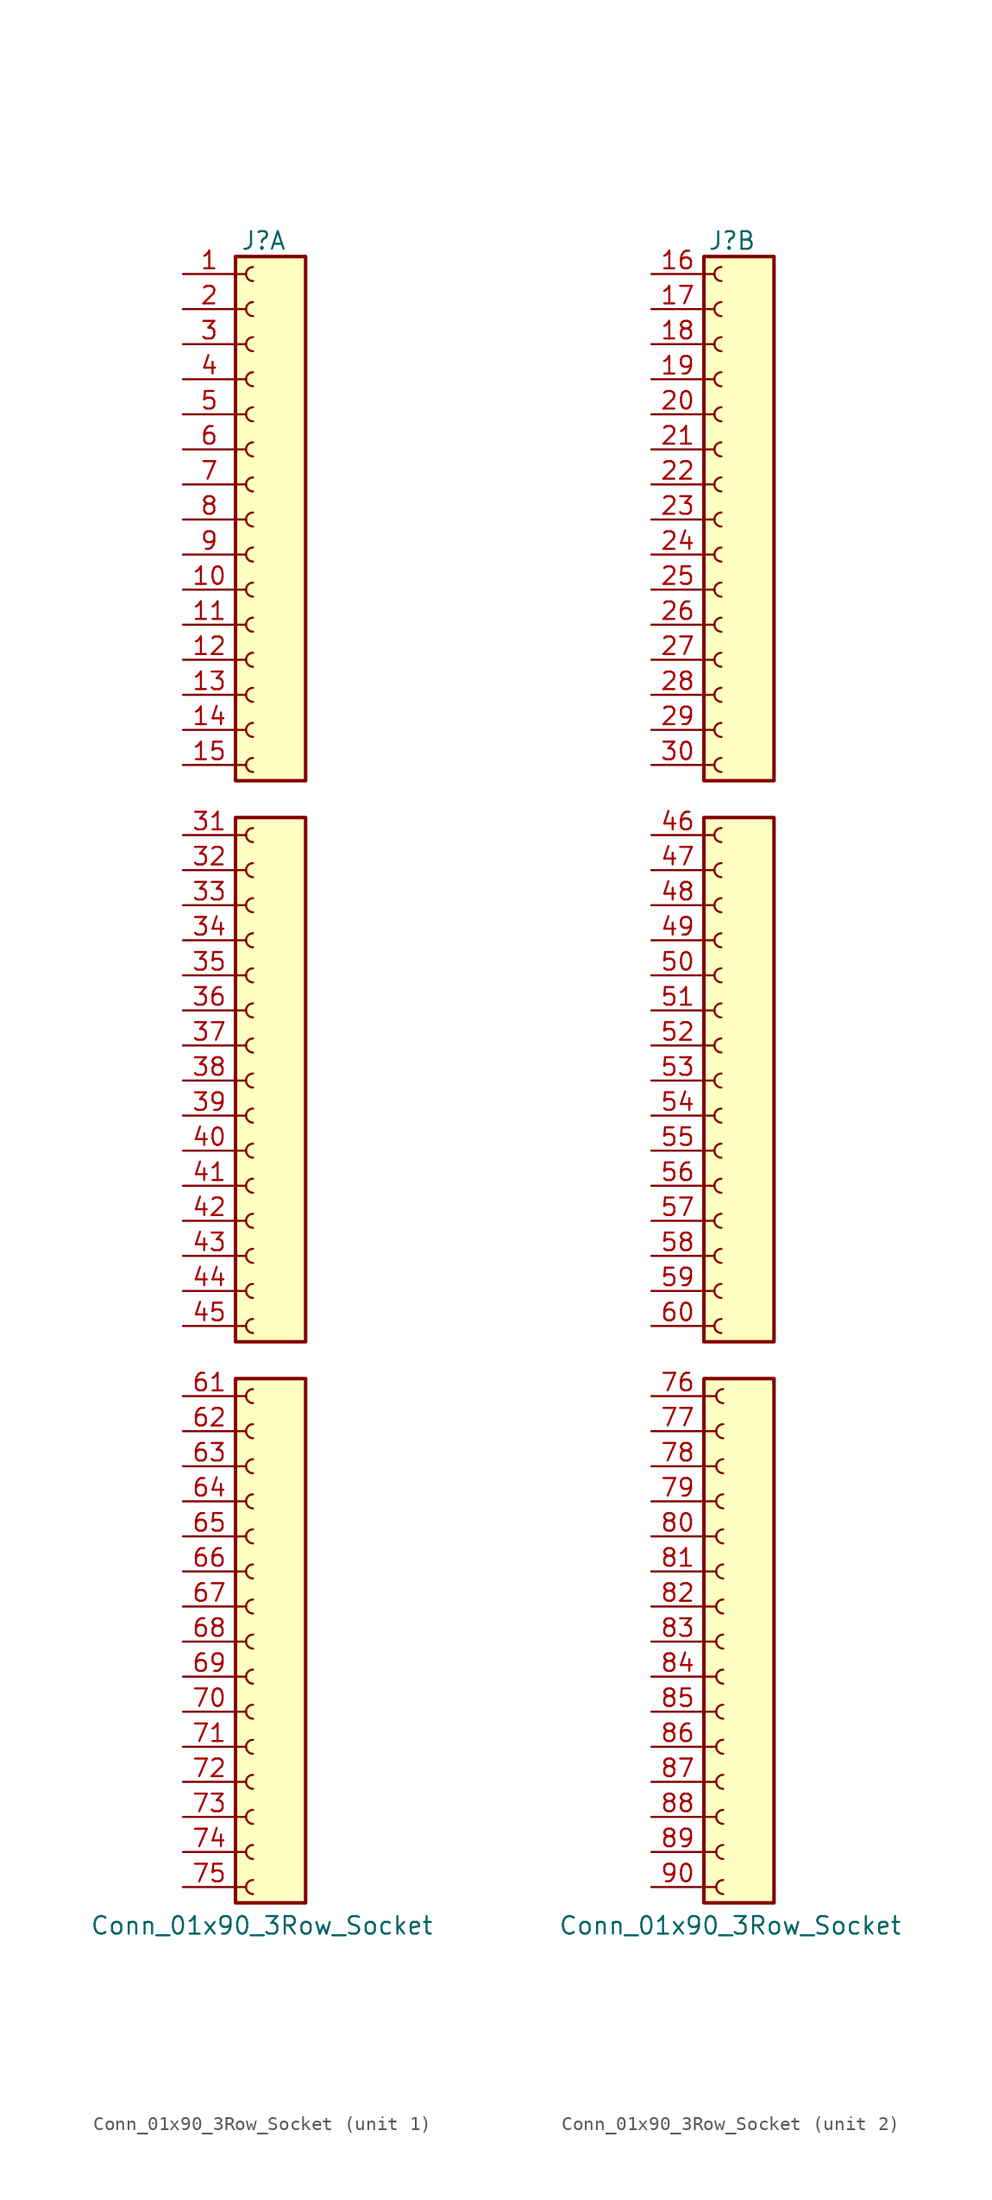
<source format=kicad_sym>
(kicad_symbol_lib
  (version 20241209)
  (generator "kicad_symbol_editor")
  (generator_version "9.0")
  (symbol "Conn_01x90_3Row_Socket"
    (pin_names
      (offset 1.016)
      (hide yes))
    (property "Reference" "J"
      (at 1.524 60.833 0)
      (effects (font (size 1.27 1.27))))
    (property "Value" "Conn_01x90_3Row_Socket"
      (at 1.397 -61.214 0)
      (effects (font (size 1.27 1.27))))
    (symbol "Conn_01x90_3Row_Socket_1_1"
      (rectangle (start -0.508 59.69) (end 4.572 21.717) (stroke (width 0.254) (type default)) (fill (type background)))
      (polyline (pts (xy -0.508 58.42) (xy 0.254 58.42)) (stroke (width 0.152) (type default)) (fill (type none)))
      (polyline (pts (xy -0.508 55.88) (xy 0.254 55.88)) (stroke (width 0.152) (type default)) (fill (type none)))
      (polyline (pts (xy -0.508 53.34) (xy 0.254 53.34)) (stroke (width 0.152) (type default)) (fill (type none)))
      (polyline (pts (xy -0.508 50.8) (xy 0.254 50.8)) (stroke (width 0.152) (type default)) (fill (type none)))
      (polyline (pts (xy -0.508 48.26) (xy 0.254 48.26)) (stroke (width 0.152) (type default)) (fill (type none)))
      (polyline (pts (xy -0.508 45.72) (xy 0.254 45.72)) (stroke (width 0.152) (type default)) (fill (type none)))
      (polyline (pts (xy -0.508 43.18) (xy 0.254 43.18)) (stroke (width 0.152) (type default)) (fill (type none)))
      (polyline (pts (xy -0.508 40.64) (xy 0.254 40.64)) (stroke (width 0.152) (type default)) (fill (type none)))
      (polyline (pts (xy -0.508 38.1) (xy 0.254 38.1)) (stroke (width 0.152) (type default)) (fill (type none)))
      (polyline (pts (xy -0.508 35.56) (xy 0.254 35.56)) (stroke (width 0.152) (type default)) (fill (type none)))
      (polyline (pts (xy -0.508 33.02) (xy 0.254 33.02)) (stroke (width 0.152) (type default)) (fill (type none)))
      (polyline (pts (xy -0.508 30.48) (xy 0.254 30.48)) (stroke (width 0.152) (type default)) (fill (type none)))
      (polyline (pts (xy -0.508 27.94) (xy 0.254 27.94)) (stroke (width 0.152) (type default)) (fill (type none)))
      (polyline (pts (xy -0.508 25.4) (xy 0.254 25.4)) (stroke (width 0.152) (type default)) (fill (type none)))
      (polyline (pts (xy -0.508 22.86) (xy 0.254 22.86)) (stroke (width 0.152) (type default)) (fill (type none)))
      (rectangle (start -0.508 19.05) (end 4.572 -18.923) (stroke (width 0.254) (type default)) (fill (type background)))
      (polyline (pts (xy -0.508 17.78) (xy 0.254 17.78)) (stroke (width 0.152) (type default)) (fill (type none)))
      (polyline (pts (xy -0.508 15.24) (xy 0.254 15.24)) (stroke (width 0.152) (type default)) (fill (type none)))
      (polyline (pts (xy -0.508 12.7) (xy 0.254 12.7)) (stroke (width 0.152) (type default)) (fill (type none)))
      (polyline (pts (xy -0.508 10.16) (xy 0.254 10.16)) (stroke (width 0.152) (type default)) (fill (type none)))
      (polyline (pts (xy -0.508 7.62) (xy 0.254 7.62)) (stroke (width 0.152) (type default)) (fill (type none)))
      (polyline (pts (xy -0.508 5.08) (xy 0.254 5.08)) (stroke (width 0.152) (type default)) (fill (type none)))
      (polyline (pts (xy -0.508 2.54) (xy 0.254 2.54)) (stroke (width 0.152) (type default)) (fill (type none)))
      (polyline (pts (xy -0.508 0) (xy 0.254 0)) (stroke (width 0.152) (type default)) (fill (type none)))
      (polyline (pts (xy -0.508 -2.54) (xy 0.254 -2.54)) (stroke (width 0.152) (type default)) (fill (type none)))
      (polyline (pts (xy -0.508 -5.08) (xy 0.254 -5.08)) (stroke (width 0.152) (type default)) (fill (type none)))
      (polyline (pts (xy -0.508 -7.62) (xy 0.254 -7.62)) (stroke (width 0.152) (type default)) (fill (type none)))
      (polyline (pts (xy -0.508 -10.16) (xy 0.254 -10.16)) (stroke (width 0.152) (type default)) (fill (type none)))
      (polyline (pts (xy -0.508 -12.7) (xy 0.254 -12.7)) (stroke (width 0.152) (type default)) (fill (type none)))
      (polyline (pts (xy -0.508 -15.24) (xy 0.254 -15.24)) (stroke (width 0.152) (type default)) (fill (type none)))
      (polyline (pts (xy -0.508 -17.78) (xy 0.254 -17.78)) (stroke (width 0.152) (type default)) (fill (type none)))
      (rectangle (start -0.508 -21.59) (end 4.572 -59.563) (stroke (width 0.254) (type default)) (fill (type background)))
      (polyline (pts (xy -0.508 -22.86) (xy 0.254 -22.86)) (stroke (width 0.152) (type default)) (fill (type none)))
      (polyline (pts (xy -0.508 -25.4) (xy 0.254 -25.4)) (stroke (width 0.152) (type default)) (fill (type none)))
      (polyline (pts (xy -0.508 -27.94) (xy 0.254 -27.94)) (stroke (width 0.152) (type default)) (fill (type none)))
      (polyline (pts (xy -0.508 -30.48) (xy 0.254 -30.48)) (stroke (width 0.152) (type default)) (fill (type none)))
      (polyline (pts (xy -0.508 -33.02) (xy 0.254 -33.02)) (stroke (width 0.152) (type default)) (fill (type none)))
      (polyline (pts (xy -0.508 -35.56) (xy 0.254 -35.56)) (stroke (width 0.152) (type default)) (fill (type none)))
      (polyline (pts (xy -0.508 -38.1) (xy 0.254 -38.1)) (stroke (width 0.152) (type default)) (fill (type none)))
      (polyline (pts (xy -0.508 -40.64) (xy 0.254 -40.64)) (stroke (width 0.152) (type default)) (fill (type none)))
      (polyline (pts (xy -0.508 -43.18) (xy 0.254 -43.18)) (stroke (width 0.152) (type default)) (fill (type none)))
      (polyline (pts (xy -0.508 -45.72) (xy 0.254 -45.72)) (stroke (width 0.152) (type default)) (fill (type none)))
      (polyline (pts (xy -0.508 -48.26) (xy 0.254 -48.26)) (stroke (width 0.152) (type default)) (fill (type none)))
      (polyline (pts (xy -0.508 -50.8) (xy 0.254 -50.8)) (stroke (width 0.152) (type default)) (fill (type none)))
      (polyline (pts (xy -0.508 -53.34) (xy 0.254 -53.34)) (stroke (width 0.152) (type default)) (fill (type none)))
      (polyline (pts (xy -0.508 -55.88) (xy 0.254 -55.88)) (stroke (width 0.152) (type default)) (fill (type none)))
      (polyline (pts (xy -0.508 -58.42) (xy 0.254 -58.42)) (stroke (width 0.152) (type default)) (fill (type none)))
      (arc (start 0.762 57.912) (mid 0.2562 58.42) (end 0.762 58.928) (stroke (width 0.1524) (type default)) (fill (type none)))
      (arc (start 0.762 55.372) (mid 0.2562 55.88) (end 0.762 56.388) (stroke (width 0.1524) (type default)) (fill (type none)))
      (arc (start 0.762 52.832) (mid 0.2562 53.34) (end 0.762 53.848) (stroke (width 0.1524) (type default)) (fill (type none)))
      (arc (start 0.762 50.292) (mid 0.2562 50.8) (end 0.762 51.308) (stroke (width 0.1524) (type default)) (fill (type none)))
      (arc (start 0.762 47.752) (mid 0.2562 48.26) (end 0.762 48.768) (stroke (width 0.1524) (type default)) (fill (type none)))
      (arc (start 0.762 45.212) (mid 0.2562 45.72) (end 0.762 46.228) (stroke (width 0.1524) (type default)) (fill (type none)))
      (arc (start 0.762 42.672) (mid 0.2562 43.18) (end 0.762 43.688) (stroke (width 0.1524) (type default)) (fill (type none)))
      (arc (start 0.762 40.132) (mid 0.2562 40.64) (end 0.762 41.148) (stroke (width 0.1524) (type default)) (fill (type none)))
      (arc (start 0.762 37.592) (mid 0.2562 38.1) (end 0.762 38.608) (stroke (width 0.1524) (type default)) (fill (type none)))
      (arc (start 0.762 35.052) (mid 0.2562 35.56) (end 0.762 36.068) (stroke (width 0.1524) (type default)) (fill (type none)))
      (arc (start 0.762 32.512) (mid 0.2562 33.02) (end 0.762 33.528) (stroke (width 0.1524) (type default)) (fill (type none)))
      (arc (start 0.762 29.972) (mid 0.2562 30.48) (end 0.762 30.988) (stroke (width 0.1524) (type default)) (fill (type none)))
      (arc (start 0.762 27.432) (mid 0.2562 27.94) (end 0.762 28.448) (stroke (width 0.1524) (type default)) (fill (type none)))
      (arc (start 0.762 24.892) (mid 0.2562 25.4) (end 0.762 25.908) (stroke (width 0.1524) (type default)) (fill (type none)))
      (arc (start 0.762 22.352) (mid 0.2562 22.86) (end 0.762 23.368) (stroke (width 0.1524) (type default)) (fill (type none)))
      (arc (start 0.762 17.272) (mid 0.2562 17.78) (end 0.762 18.288) (stroke (width 0.1524) (type default)) (fill (type none)))
      (arc (start 0.762 14.732) (mid 0.2562 15.24) (end 0.762 15.748) (stroke (width 0.1524) (type default)) (fill (type none)))
      (arc (start 0.762 12.192) (mid 0.2562 12.7) (end 0.762 13.208) (stroke (width 0.1524) (type default)) (fill (type none)))
      (arc (start 0.762 9.652) (mid 0.2562 10.16) (end 0.762 10.668) (stroke (width 0.1524) (type default)) (fill (type none)))
      (arc (start 0.762 7.112) (mid 0.2562 7.62) (end 0.762 8.128) (stroke (width 0.1524) (type default)) (fill (type none)))
      (arc (start 0.762 4.572) (mid 0.2562 5.08) (end 0.762 5.588) (stroke (width 0.1524) (type default)) (fill (type none)))
      (arc (start 0.762 2.032) (mid 0.2562 2.54) (end 0.762 3.048) (stroke (width 0.1524) (type default)) (fill (type none)))
      (arc (start 0.762 -0.508) (mid 0.2562 0) (end 0.762 0.508) (stroke (width 0.1524) (type default)) (fill (type none)))
      (arc (start 0.762 -3.048) (mid 0.2562 -2.54) (end 0.762 -2.032) (stroke (width 0.1524) (type default)) (fill (type none)))
      (arc (start 0.762 -5.588) (mid 0.2562 -5.08) (end 0.762 -4.572) (stroke (width 0.1524) (type default)) (fill (type none)))
      (arc (start 0.762 -8.128) (mid 0.2562 -7.62) (end 0.762 -7.112) (stroke (width 0.1524) (type default)) (fill (type none)))
      (arc (start 0.762 -10.668) (mid 0.2562 -10.16) (end 0.762 -9.652) (stroke (width 0.1524) (type default)) (fill (type none)))
      (arc (start 0.762 -13.208) (mid 0.2562 -12.7) (end 0.762 -12.192) (stroke (width 0.1524) (type default)) (fill (type none)))
      (arc (start 0.762 -15.748) (mid 0.2562 -15.24) (end 0.762 -14.732) (stroke (width 0.1524) (type default)) (fill (type none)))
      (arc (start 0.762 -18.288) (mid 0.2562 -17.78) (end 0.762 -17.272) (stroke (width 0.1524) (type default)) (fill (type none)))
      (arc (start 0.762 -23.368) (mid 0.2562 -22.86) (end 0.762 -22.352) (stroke (width 0.1524) (type default)) (fill (type none)))
      (arc (start 0.762 -25.908) (mid 0.2562 -25.4) (end 0.762 -24.892) (stroke (width 0.1524) (type default)) (fill (type none)))
      (arc (start 0.762 -28.448) (mid 0.2562 -27.94) (end 0.762 -27.432) (stroke (width 0.1524) (type default)) (fill (type none)))
      (arc (start 0.762 -30.988) (mid 0.2562 -30.48) (end 0.762 -29.972) (stroke (width 0.1524) (type default)) (fill (type none)))
      (arc (start 0.762 -33.528) (mid 0.2562 -33.02) (end 0.762 -32.512) (stroke (width 0.1524) (type default)) (fill (type none)))
      (arc (start 0.762 -36.068) (mid 0.2562 -35.56) (end 0.762 -35.052) (stroke (width 0.1524) (type default)) (fill (type none)))
      (arc (start 0.762 -38.608) (mid 0.2562 -38.1) (end 0.762 -37.592) (stroke (width 0.1524) (type default)) (fill (type none)))
      (arc (start 0.762 -41.148) (mid 0.2562 -40.64) (end 0.762 -40.132) (stroke (width 0.1524) (type default)) (fill (type none)))
      (arc (start 0.762 -43.688) (mid 0.2562 -43.18) (end 0.762 -42.672) (stroke (width 0.1524) (type default)) (fill (type none)))
      (arc (start 0.762 -46.228) (mid 0.2562 -45.72) (end 0.762 -45.212) (stroke (width 0.1524) (type default)) (fill (type none)))
      (arc (start 0.762 -48.768) (mid 0.2562 -48.26) (end 0.762 -47.752) (stroke (width 0.1524) (type default)) (fill (type none)))
      (arc (start 0.762 -51.308) (mid 0.2562 -50.8) (end 0.762 -50.292) (stroke (width 0.1524) (type default)) (fill (type none)))
      (arc (start 0.762 -53.848) (mid 0.2562 -53.34) (end 0.762 -52.832) (stroke (width 0.1524) (type default)) (fill (type none)))
      (arc (start 0.762 -56.388) (mid 0.2562 -55.88) (end 0.762 -55.372) (stroke (width 0.1524) (type default)) (fill (type none)))
      (arc (start 0.762 -58.928) (mid 0.2562 -58.42) (end 0.762 -57.912) (stroke (width 0.1524) (type default)) (fill (type none)))
      (pin passive line (at -4.318 58.42 0) (length 3.81) (name "A1" (effects (font (size 1.27 1.27)))) (number "1" (effects (font (size 1.27 1.27)))))
      (pin passive line (at -4.318 55.88 0) (length 3.81) (name "A2" (effects (font (size 1.27 1.27)))) (number "2" (effects (font (size 1.27 1.27)))))
      (pin passive line (at -4.318 53.34 0) (length 3.81) (name "A3" (effects (font (size 1.27 1.27)))) (number "3" (effects (font (size 1.27 1.27)))))
      (pin passive line (at -4.318 50.8 0) (length 3.81) (name "A4" (effects (font (size 1.27 1.27)))) (number "4" (effects (font (size 1.27 1.27)))))
      (pin passive line (at -4.318 48.26 0) (length 3.81) (name "A5" (effects (font (size 1.27 1.27)))) (number "5" (effects (font (size 1.27 1.27)))))
      (pin passive line (at -4.318 45.72 0) (length 3.81) (name "A6" (effects (font (size 1.27 1.27)))) (number "6" (effects (font (size 1.27 1.27)))))
      (pin passive line (at -4.318 43.18 0) (length 3.81) (name "A7" (effects (font (size 1.27 1.27)))) (number "7" (effects (font (size 1.27 1.27)))))
      (pin passive line (at -4.318 40.64 0) (length 3.81) (name "A8" (effects (font (size 1.27 1.27)))) (number "8" (effects (font (size 1.27 1.27)))))
      (pin passive line (at -4.318 38.1 0) (length 3.81) (name "A9" (effects (font (size 1.27 1.27)))) (number "9" (effects (font (size 1.27 1.27)))))
      (pin passive line (at -4.318 35.56 0) (length 3.81) (name "A10" (effects (font (size 1.27 1.27)))) (number "10" (effects (font (size 1.27 1.27)))))
      (pin passive line (at -4.318 33.02 0) (length 3.81) (name "A11" (effects (font (size 1.27 1.27)))) (number "11" (effects (font (size 1.27 1.27)))))
      (pin passive line (at -4.318 30.48 0) (length 3.81) (name "A12" (effects (font (size 1.27 1.27)))) (number "12" (effects (font (size 1.27 1.27)))))
      (pin passive line (at -4.318 27.94 0) (length 3.81) (name "A13" (effects (font (size 1.27 1.27)))) (number "13" (effects (font (size 1.27 1.27)))))
      (pin passive line (at -4.318 25.4 0) (length 3.81) (name "A14" (effects (font (size 1.27 1.27)))) (number "14" (effects (font (size 1.27 1.27)))))
      (pin passive line (at -4.318 22.86 0) (length 3.81) (name "A15" (effects (font (size 1.27 1.27)))) (number "15" (effects (font (size 1.27 1.27)))))
      (pin passive line (at -4.318 17.78 0) (length 3.81) (name "A31" (effects (font (size 1.27 1.27)))) (number "31" (effects (font (size 1.27 1.27)))))
      (pin passive line (at -4.318 15.24 0) (length 3.81) (name "A32" (effects (font (size 1.27 1.27)))) (number "32" (effects (font (size 1.27 1.27)))))
      (pin passive line (at -4.318 12.7 0) (length 3.81) (name "A33" (effects (font (size 1.27 1.27)))) (number "33" (effects (font (size 1.27 1.27)))))
      (pin passive line (at -4.318 10.16 0) (length 3.81) (name "A34" (effects (font (size 1.27 1.27)))) (number "34" (effects (font (size 1.27 1.27)))))
      (pin passive line (at -4.318 7.62 0) (length 3.81) (name "A35" (effects (font (size 1.27 1.27)))) (number "35" (effects (font (size 1.27 1.27)))))
      (pin passive line (at -4.318 5.08 0) (length 3.81) (name "A36" (effects (font (size 1.27 1.27)))) (number "36" (effects (font (size 1.27 1.27)))))
      (pin passive line (at -4.318 2.54 0) (length 3.81) (name "A37" (effects (font (size 1.27 1.27)))) (number "37" (effects (font (size 1.27 1.27)))))
      (pin passive line (at -4.318 0 0) (length 3.81) (name "A38" (effects (font (size 1.27 1.27)))) (number "38" (effects (font (size 1.27 1.27)))))
      (pin passive line (at -4.318 -2.54 0) (length 3.81) (name "A39" (effects (font (size 1.27 1.27)))) (number "39" (effects (font (size 1.27 1.27)))))
      (pin passive line (at -4.318 -5.08 0) (length 3.81) (name "A40" (effects (font (size 1.27 1.27)))) (number "40" (effects (font (size 1.27 1.27)))))
      (pin passive line (at -4.318 -7.62 0) (length 3.81) (name "A41" (effects (font (size 1.27 1.27)))) (number "41" (effects (font (size 1.27 1.27)))))
      (pin passive line (at -4.318 -10.16 0) (length 3.81) (name "A42" (effects (font (size 1.27 1.27)))) (number "42" (effects (font (size 1.27 1.27)))))
      (pin passive line (at -4.318 -12.7 0) (length 3.81) (name "A43" (effects (font (size 1.27 1.27)))) (number "43" (effects (font (size 1.27 1.27)))))
      (pin passive line (at -4.318 -15.24 0) (length 3.81) (name "A44" (effects (font (size 1.27 1.27)))) (number "44" (effects (font (size 1.27 1.27)))))
      (pin passive line (at -4.318 -17.78 0) (length 3.81) (name "A45" (effects (font (size 1.27 1.27)))) (number "45" (effects (font (size 1.27 1.27)))))
      (pin passive line (at -4.318 -22.86 0) (length 3.81) (name "A61" (effects (font (size 1.27 1.27)))) (number "61" (effects (font (size 1.27 1.27)))))
      (pin passive line (at -4.318 -25.4 0) (length 3.81) (name "A62" (effects (font (size 1.27 1.27)))) (number "62" (effects (font (size 1.27 1.27)))))
      (pin passive line (at -4.318 -27.94 0) (length 3.81) (name "A63" (effects (font (size 1.27 1.27)))) (number "63" (effects (font (size 1.27 1.27)))))
      (pin passive line (at -4.318 -30.48 0) (length 3.81) (name "A64" (effects (font (size 1.27 1.27)))) (number "64" (effects (font (size 1.27 1.27)))))
      (pin passive line (at -4.318 -33.02 0) (length 3.81) (name "A65" (effects (font (size 1.27 1.27)))) (number "65" (effects (font (size 1.27 1.27)))))
      (pin passive line (at -4.318 -35.56 0) (length 3.81) (name "A66" (effects (font (size 1.27 1.27)))) (number "66" (effects (font (size 1.27 1.27)))))
      (pin passive line (at -4.318 -38.1 0) (length 3.81) (name "A67" (effects (font (size 1.27 1.27)))) (number "67" (effects (font (size 1.27 1.27)))))
      (pin passive line (at -4.318 -40.64 0) (length 3.81) (name "A68" (effects (font (size 1.27 1.27)))) (number "68" (effects (font (size 1.27 1.27)))))
      (pin passive line (at -4.318 -43.18 0) (length 3.81) (name "A69" (effects (font (size 1.27 1.27)))) (number "69" (effects (font (size 1.27 1.27)))))
      (pin passive line (at -4.318 -45.72 0) (length 3.81) (name "A70" (effects (font (size 1.27 1.27)))) (number "70" (effects (font (size 1.27 1.27)))))
      (pin passive line (at -4.318 -48.26 0) (length 3.81) (name "A71" (effects (font (size 1.27 1.27)))) (number "71" (effects (font (size 1.27 1.27)))))
      (pin passive line (at -4.318 -50.8 0) (length 3.81) (name "A72" (effects (font (size 1.27 1.27)))) (number "72" (effects (font (size 1.27 1.27)))))
      (pin passive line (at -4.318 -53.34 0) (length 3.81) (name "A73" (effects (font (size 1.27 1.27)))) (number "73" (effects (font (size 1.27 1.27)))))
      (pin passive line (at -4.318 -55.88 0) (length 3.81) (name "A74" (effects (font (size 1.27 1.27)))) (number "74" (effects (font (size 1.27 1.27)))))
      (pin passive line (at -4.318 -58.42 0) (length 3.81) (name "A75" (effects (font (size 1.27 1.27)))) (number "75" (effects (font (size 1.27 1.27))))))
    (symbol "Conn_01x90_3Row_Socket_2_1"
      (rectangle (start -0.508 59.69) (end 4.572 21.717) (stroke (width 0.254) (type default)) (fill (type background)))
      (polyline (pts (xy -0.508 58.42) (xy 0.254 58.42)) (stroke (width 0.152) (type default)) (fill (type none)))
      (polyline (pts (xy -0.508 55.88) (xy 0.254 55.88)) (stroke (width 0.152) (type default)) (fill (type none)))
      (polyline (pts (xy -0.508 53.34) (xy 0.254 53.34)) (stroke (width 0.152) (type default)) (fill (type none)))
      (polyline (pts (xy -0.508 50.8) (xy 0.254 50.8)) (stroke (width 0.152) (type default)) (fill (type none)))
      (polyline (pts (xy -0.508 48.26) (xy 0.254 48.26)) (stroke (width 0.152) (type default)) (fill (type none)))
      (polyline (pts (xy -0.508 45.72) (xy 0.254 45.72)) (stroke (width 0.152) (type default)) (fill (type none)))
      (polyline (pts (xy -0.508 43.18) (xy 0.254 43.18)) (stroke (width 0.152) (type default)) (fill (type none)))
      (polyline (pts (xy -0.508 40.64) (xy 0.254 40.64)) (stroke (width 0.152) (type default)) (fill (type none)))
      (polyline (pts (xy -0.508 38.1) (xy 0.254 38.1)) (stroke (width 0.152) (type default)) (fill (type none)))
      (polyline (pts (xy -0.508 35.56) (xy 0.254 35.56)) (stroke (width 0.152) (type default)) (fill (type none)))
      (polyline (pts (xy -0.508 33.02) (xy 0.254 33.02)) (stroke (width 0.152) (type default)) (fill (type none)))
      (polyline (pts (xy -0.508 30.48) (xy 0.254 30.48)) (stroke (width 0.152) (type default)) (fill (type none)))
      (polyline (pts (xy -0.508 27.94) (xy 0.254 27.94)) (stroke (width 0.152) (type default)) (fill (type none)))
      (polyline (pts (xy -0.508 25.4) (xy 0.254 25.4)) (stroke (width 0.152) (type default)) (fill (type none)))
      (polyline (pts (xy -0.508 22.86) (xy 0.254 22.86)) (stroke (width 0.152) (type default)) (fill (type none)))
      (rectangle (start -0.508 19.05) (end 4.572 -18.923) (stroke (width 0.254) (type default)) (fill (type background)))
      (polyline (pts (xy -0.508 17.78) (xy 0.254 17.78)) (stroke (width 0.152) (type default)) (fill (type none)))
      (polyline (pts (xy -0.508 15.24) (xy 0.254 15.24)) (stroke (width 0.152) (type default)) (fill (type none)))
      (polyline (pts (xy -0.508 12.7) (xy 0.254 12.7)) (stroke (width 0.152) (type default)) (fill (type none)))
      (polyline (pts (xy -0.508 10.16) (xy 0.254 10.16)) (stroke (width 0.152) (type default)) (fill (type none)))
      (polyline (pts (xy -0.508 7.62) (xy 0.254 7.62)) (stroke (width 0.152) (type default)) (fill (type none)))
      (polyline (pts (xy -0.508 5.08) (xy 0.254 5.08)) (stroke (width 0.152) (type default)) (fill (type none)))
      (polyline (pts (xy -0.508 2.54) (xy 0.254 2.54)) (stroke (width 0.152) (type default)) (fill (type none)))
      (polyline (pts (xy -0.508 0) (xy 0.254 0)) (stroke (width 0.152) (type default)) (fill (type none)))
      (polyline (pts (xy -0.508 -2.54) (xy 0.254 -2.54)) (stroke (width 0.152) (type default)) (fill (type none)))
      (polyline (pts (xy -0.508 -5.08) (xy 0.254 -5.08)) (stroke (width 0.152) (type default)) (fill (type none)))
      (polyline (pts (xy -0.508 -7.62) (xy 0.254 -7.62)) (stroke (width 0.152) (type default)) (fill (type none)))
      (polyline (pts (xy -0.508 -10.16) (xy 0.254 -10.16)) (stroke (width 0.152) (type default)) (fill (type none)))
      (polyline (pts (xy -0.508 -12.7) (xy 0.254 -12.7)) (stroke (width 0.152) (type default)) (fill (type none)))
      (polyline (pts (xy -0.508 -15.24) (xy 0.254 -15.24)) (stroke (width 0.152) (type default)) (fill (type none)))
      (polyline (pts (xy -0.508 -17.78) (xy 0.254 -17.78)) (stroke (width 0.152) (type default)) (fill (type none)))
      (rectangle (start -0.508 -21.59) (end 4.572 -59.563) (stroke (width 0.254) (type default)) (fill (type background)))
      (polyline (pts (xy -0.381 -22.86) (xy 0.381 -22.86)) (stroke (width 0.152) (type default)) (fill (type none)))
      (polyline (pts (xy -0.381 -25.4) (xy 0.381 -25.4)) (stroke (width 0.152) (type default)) (fill (type none)))
      (polyline (pts (xy -0.381 -27.94) (xy 0.381 -27.94)) (stroke (width 0.152) (type default)) (fill (type none)))
      (polyline (pts (xy -0.381 -30.48) (xy 0.381 -30.48)) (stroke (width 0.152) (type default)) (fill (type none)))
      (polyline (pts (xy -0.381 -33.02) (xy 0.381 -33.02)) (stroke (width 0.152) (type default)) (fill (type none)))
      (polyline (pts (xy -0.381 -35.56) (xy 0.381 -35.56)) (stroke (width 0.152) (type default)) (fill (type none)))
      (polyline (pts (xy -0.381 -38.1) (xy 0.381 -38.1)) (stroke (width 0.152) (type default)) (fill (type none)))
      (polyline (pts (xy -0.381 -40.64) (xy 0.381 -40.64)) (stroke (width 0.152) (type default)) (fill (type none)))
      (polyline (pts (xy -0.381 -43.18) (xy 0.381 -43.18)) (stroke (width 0.152) (type default)) (fill (type none)))
      (polyline (pts (xy -0.381 -45.72) (xy 0.381 -45.72)) (stroke (width 0.152) (type default)) (fill (type none)))
      (polyline (pts (xy -0.381 -48.26) (xy 0.381 -48.26)) (stroke (width 0.152) (type default)) (fill (type none)))
      (polyline (pts (xy -0.381 -50.8) (xy 0.381 -50.8)) (stroke (width 0.152) (type default)) (fill (type none)))
      (polyline (pts (xy -0.381 -53.34) (xy 0.381 -53.34)) (stroke (width 0.152) (type default)) (fill (type none)))
      (polyline (pts (xy -0.381 -55.88) (xy 0.381 -55.88)) (stroke (width 0.152) (type default)) (fill (type none)))
      (polyline (pts (xy -0.381 -58.42) (xy 0.381 -58.42)) (stroke (width 0.152) (type default)) (fill (type none)))
      (arc (start 0.762 57.912) (mid 0.2562 58.42) (end 0.762 58.928) (stroke (width 0.1524) (type default)) (fill (type none)))
      (arc (start 0.762 55.372) (mid 0.2562 55.88) (end 0.762 56.388) (stroke (width 0.1524) (type default)) (fill (type none)))
      (arc (start 0.762 52.832) (mid 0.2562 53.34) (end 0.762 53.848) (stroke (width 0.1524) (type default)) (fill (type none)))
      (arc (start 0.762 50.292) (mid 0.2562 50.8) (end 0.762 51.308) (stroke (width 0.1524) (type default)) (fill (type none)))
      (arc (start 0.762 47.752) (mid 0.2562 48.26) (end 0.762 48.768) (stroke (width 0.1524) (type default)) (fill (type none)))
      (arc (start 0.762 45.212) (mid 0.2562 45.72) (end 0.762 46.228) (stroke (width 0.1524) (type default)) (fill (type none)))
      (arc (start 0.762 42.672) (mid 0.2562 43.18) (end 0.762 43.688) (stroke (width 0.1524) (type default)) (fill (type none)))
      (arc (start 0.762 40.132) (mid 0.2562 40.64) (end 0.762 41.148) (stroke (width 0.1524) (type default)) (fill (type none)))
      (arc (start 0.762 37.592) (mid 0.2562 38.1) (end 0.762 38.608) (stroke (width 0.1524) (type default)) (fill (type none)))
      (arc (start 0.762 35.052) (mid 0.2562 35.56) (end 0.762 36.068) (stroke (width 0.1524) (type default)) (fill (type none)))
      (arc (start 0.762 32.512) (mid 0.2562 33.02) (end 0.762 33.528) (stroke (width 0.1524) (type default)) (fill (type none)))
      (arc (start 0.762 29.972) (mid 0.2562 30.48) (end 0.762 30.988) (stroke (width 0.1524) (type default)) (fill (type none)))
      (arc (start 0.762 27.432) (mid 0.2562 27.94) (end 0.762 28.448) (stroke (width 0.1524) (type default)) (fill (type none)))
      (arc (start 0.762 24.892) (mid 0.2562 25.4) (end 0.762 25.908) (stroke (width 0.1524) (type default)) (fill (type none)))
      (arc (start 0.762 22.352) (mid 0.2562 22.86) (end 0.762 23.368) (stroke (width 0.1524) (type default)) (fill (type none)))
      (arc (start 0.762 17.272) (mid 0.2562 17.78) (end 0.762 18.288) (stroke (width 0.1524) (type default)) (fill (type none)))
      (arc (start 0.762 14.732) (mid 0.2562 15.24) (end 0.762 15.748) (stroke (width 0.1524) (type default)) (fill (type none)))
      (arc (start 0.762 12.192) (mid 0.2562 12.7) (end 0.762 13.208) (stroke (width 0.1524) (type default)) (fill (type none)))
      (arc (start 0.762 9.652) (mid 0.2562 10.16) (end 0.762 10.668) (stroke (width 0.1524) (type default)) (fill (type none)))
      (arc (start 0.762 7.112) (mid 0.2562 7.62) (end 0.762 8.128) (stroke (width 0.1524) (type default)) (fill (type none)))
      (arc (start 0.762 4.572) (mid 0.2562 5.08) (end 0.762 5.588) (stroke (width 0.1524) (type default)) (fill (type none)))
      (arc (start 0.762 2.032) (mid 0.2562 2.54) (end 0.762 3.048) (stroke (width 0.1524) (type default)) (fill (type none)))
      (arc (start 0.762 -0.508) (mid 0.2562 0) (end 0.762 0.508) (stroke (width 0.1524) (type default)) (fill (type none)))
      (arc (start 0.762 -3.048) (mid 0.2562 -2.54) (end 0.762 -2.032) (stroke (width 0.1524) (type default)) (fill (type none)))
      (arc (start 0.762 -5.588) (mid 0.2562 -5.08) (end 0.762 -4.572) (stroke (width 0.1524) (type default)) (fill (type none)))
      (arc (start 0.762 -8.128) (mid 0.2562 -7.62) (end 0.762 -7.112) (stroke (width 0.1524) (type default)) (fill (type none)))
      (arc (start 0.762 -10.668) (mid 0.2562 -10.16) (end 0.762 -9.652) (stroke (width 0.1524) (type default)) (fill (type none)))
      (arc (start 0.762 -13.208) (mid 0.2562 -12.7) (end 0.762 -12.192) (stroke (width 0.1524) (type default)) (fill (type none)))
      (arc (start 0.762 -15.748) (mid 0.2562 -15.24) (end 0.762 -14.732) (stroke (width 0.1524) (type default)) (fill (type none)))
      (arc (start 0.762 -18.288) (mid 0.2562 -17.78) (end 0.762 -17.272) (stroke (width 0.1524) (type default)) (fill (type none)))
      (arc (start 0.889 -23.368) (mid 0.3832 -22.86) (end 0.889 -22.352) (stroke (width 0.1524) (type default)) (fill (type none)))
      (arc (start 0.889 -25.908) (mid 0.3832 -25.4) (end 0.889 -24.892) (stroke (width 0.1524) (type default)) (fill (type none)))
      (arc (start 0.889 -28.448) (mid 0.3832 -27.94) (end 0.889 -27.432) (stroke (width 0.1524) (type default)) (fill (type none)))
      (arc (start 0.889 -30.988) (mid 0.3832 -30.48) (end 0.889 -29.972) (stroke (width 0.1524) (type default)) (fill (type none)))
      (arc (start 0.889 -33.528) (mid 0.3832 -33.02) (end 0.889 -32.512) (stroke (width 0.1524) (type default)) (fill (type none)))
      (arc (start 0.889 -36.068) (mid 0.3832 -35.56) (end 0.889 -35.052) (stroke (width 0.1524) (type default)) (fill (type none)))
      (arc (start 0.889 -38.608) (mid 0.3832 -38.1) (end 0.889 -37.592) (stroke (width 0.1524) (type default)) (fill (type none)))
      (arc (start 0.889 -41.148) (mid 0.3832 -40.64) (end 0.889 -40.132) (stroke (width 0.1524) (type default)) (fill (type none)))
      (arc (start 0.889 -43.688) (mid 0.3832 -43.18) (end 0.889 -42.672) (stroke (width 0.1524) (type default)) (fill (type none)))
      (arc (start 0.889 -46.228) (mid 0.3832 -45.72) (end 0.889 -45.212) (stroke (width 0.1524) (type default)) (fill (type none)))
      (arc (start 0.889 -48.768) (mid 0.3832 -48.26) (end 0.889 -47.752) (stroke (width 0.1524) (type default)) (fill (type none)))
      (arc (start 0.889 -51.308) (mid 0.3832 -50.8) (end 0.889 -50.292) (stroke (width 0.1524) (type default)) (fill (type none)))
      (arc (start 0.889 -53.848) (mid 0.3832 -53.34) (end 0.889 -52.832) (stroke (width 0.1524) (type default)) (fill (type none)))
      (arc (start 0.889 -56.388) (mid 0.3832 -55.88) (end 0.889 -55.372) (stroke (width 0.1524) (type default)) (fill (type none)))
      (arc (start 0.889 -58.928) (mid 0.3832 -58.42) (end 0.889 -57.912) (stroke (width 0.1524) (type default)) (fill (type none)))
      (pin passive line (at -4.318 58.42 0) (length 3.81) (name "B16" (effects (font (size 1.27 1.27)))) (number "16" (effects (font (size 1.27 1.27)))))
      (pin passive line (at -4.318 55.88 0) (length 3.81) (name "B17" (effects (font (size 1.27 1.27)))) (number "17" (effects (font (size 1.27 1.27)))))
      (pin passive line (at -4.318 53.34 0) (length 3.81) (name "B18" (effects (font (size 1.27 1.27)))) (number "18" (effects (font (size 1.27 1.27)))))
      (pin passive line (at -4.318 50.8 0) (length 3.81) (name "B19" (effects (font (size 1.27 1.27)))) (number "19" (effects (font (size 1.27 1.27)))))
      (pin passive line (at -4.318 48.26 0) (length 3.81) (name "B20" (effects (font (size 1.27 1.27)))) (number "20" (effects (font (size 1.27 1.27)))))
      (pin passive line (at -4.318 45.72 0) (length 3.81) (name "B21" (effects (font (size 1.27 1.27)))) (number "21" (effects (font (size 1.27 1.27)))))
      (pin passive line (at -4.318 43.18 0) (length 3.81) (name "B22" (effects (font (size 1.27 1.27)))) (number "22" (effects (font (size 1.27 1.27)))))
      (pin passive line (at -4.318 40.64 0) (length 3.81) (name "B23" (effects (font (size 1.27 1.27)))) (number "23" (effects (font (size 1.27 1.27)))))
      (pin passive line (at -4.318 38.1 0) (length 3.81) (name "B24" (effects (font (size 1.27 1.27)))) (number "24" (effects (font (size 1.27 1.27)))))
      (pin passive line (at -4.318 35.56 0) (length 3.81) (name "B25" (effects (font (size 1.27 1.27)))) (number "25" (effects (font (size 1.27 1.27)))))
      (pin passive line (at -4.318 33.02 0) (length 3.81) (name "B26" (effects (font (size 1.27 1.27)))) (number "26" (effects (font (size 1.27 1.27)))))
      (pin passive line (at -4.318 30.48 0) (length 3.81) (name "B27" (effects (font (size 1.27 1.27)))) (number "27" (effects (font (size 1.27 1.27)))))
      (pin passive line (at -4.318 27.94 0) (length 3.81) (name "B28" (effects (font (size 1.27 1.27)))) (number "28" (effects (font (size 1.27 1.27)))))
      (pin passive line (at -4.318 25.4 0) (length 3.81) (name "B29" (effects (font (size 1.27 1.27)))) (number "29" (effects (font (size 1.27 1.27)))))
      (pin passive line (at -4.318 22.86 0) (length 3.81) (name "B30" (effects (font (size 1.27 1.27)))) (number "30" (effects (font (size 1.27 1.27)))))
      (pin passive line (at -4.318 17.78 0) (length 3.81) (name "B46" (effects (font (size 1.27 1.27)))) (number "46" (effects (font (size 1.27 1.27)))))
      (pin passive line (at -4.318 15.24 0) (length 3.81) (name "B47" (effects (font (size 1.27 1.27)))) (number "47" (effects (font (size 1.27 1.27)))))
      (pin passive line (at -4.318 12.7 0) (length 3.81) (name "B48" (effects (font (size 1.27 1.27)))) (number "48" (effects (font (size 1.27 1.27)))))
      (pin passive line (at -4.318 10.16 0) (length 3.81) (name "B49" (effects (font (size 1.27 1.27)))) (number "49" (effects (font (size 1.27 1.27)))))
      (pin passive line (at -4.318 7.62 0) (length 3.81) (name "B50" (effects (font (size 1.27 1.27)))) (number "50" (effects (font (size 1.27 1.27)))))
      (pin passive line (at -4.318 5.08 0) (length 3.81) (name "B51" (effects (font (size 1.27 1.27)))) (number "51" (effects (font (size 1.27 1.27)))))
      (pin passive line (at -4.318 2.54 0) (length 3.81) (name "B52" (effects (font (size 1.27 1.27)))) (number "52" (effects (font (size 1.27 1.27)))))
      (pin passive line (at -4.318 0 0) (length 3.81) (name "B53" (effects (font (size 1.27 1.27)))) (number "53" (effects (font (size 1.27 1.27)))))
      (pin passive line (at -4.318 -2.54 0) (length 3.81) (name "B54" (effects (font (size 1.27 1.27)))) (number "54" (effects (font (size 1.27 1.27)))))
      (pin passive line (at -4.318 -5.08 0) (length 3.81) (name "B55" (effects (font (size 1.27 1.27)))) (number "55" (effects (font (size 1.27 1.27)))))
      (pin passive line (at -4.318 -7.62 0) (length 3.81) (name "B56" (effects (font (size 1.27 1.27)))) (number "56" (effects (font (size 1.27 1.27)))))
      (pin passive line (at -4.318 -10.16 0) (length 3.81) (name "B57" (effects (font (size 1.27 1.27)))) (number "57" (effects (font (size 1.27 1.27)))))
      (pin passive line (at -4.318 -12.7 0) (length 3.81) (name "B58" (effects (font (size 1.27 1.27)))) (number "58" (effects (font (size 1.27 1.27)))))
      (pin passive line (at -4.318 -15.24 0) (length 3.81) (name "B59" (effects (font (size 1.27 1.27)))) (number "59" (effects (font (size 1.27 1.27)))))
      (pin passive line (at -4.318 -17.78 0) (length 3.81) (name "B60" (effects (font (size 1.27 1.27)))) (number "60" (effects (font (size 1.27 1.27)))))
      (pin passive line (at -4.318 -22.86 0) (length 3.81) (name "B76" (effects (font (size 1.27 1.27)))) (number "76" (effects (font (size 1.27 1.27)))))
      (pin passive line (at -4.318 -25.4 0) (length 3.81) (name "B77" (effects (font (size 1.27 1.27)))) (number "77" (effects (font (size 1.27 1.27)))))
      (pin passive line (at -4.318 -27.94 0) (length 3.81) (name "B78" (effects (font (size 1.27 1.27)))) (number "78" (effects (font (size 1.27 1.27)))))
      (pin passive line (at -4.318 -30.48 0) (length 3.81) (name "B79" (effects (font (size 1.27 1.27)))) (number "79" (effects (font (size 1.27 1.27)))))
      (pin passive line (at -4.318 -33.02 0) (length 3.81) (name "B80" (effects (font (size 1.27 1.27)))) (number "80" (effects (font (size 1.27 1.27)))))
      (pin passive line (at -4.318 -35.56 0) (length 3.81) (name "B81" (effects (font (size 1.27 1.27)))) (number "81" (effects (font (size 1.27 1.27)))))
      (pin passive line (at -4.318 -38.1 0) (length 3.81) (name "B82" (effects (font (size 1.27 1.27)))) (number "82" (effects (font (size 1.27 1.27)))))
      (pin passive line (at -4.318 -40.64 0) (length 3.81) (name "B83" (effects (font (size 1.27 1.27)))) (number "83" (effects (font (size 1.27 1.27)))))
      (pin passive line (at -4.318 -43.18 0) (length 3.81) (name "B84" (effects (font (size 1.27 1.27)))) (number "84" (effects (font (size 1.27 1.27)))))
      (pin passive line (at -4.318 -45.72 0) (length 3.81) (name "B85" (effects (font (size 1.27 1.27)))) (number "85" (effects (font (size 1.27 1.27)))))
      (pin passive line (at -4.318 -48.26 0) (length 3.81) (name "B86" (effects (font (size 1.27 1.27)))) (number "86" (effects (font (size 1.27 1.27)))))
      (pin passive line (at -4.318 -50.8 0) (length 3.81) (name "B87" (effects (font (size 1.27 1.27)))) (number "87" (effects (font (size 1.27 1.27)))))
      (pin passive line (at -4.318 -53.34 0) (length 3.81) (name "B88" (effects (font (size 1.27 1.27)))) (number "88" (effects (font (size 1.27 1.27)))))
      (pin passive line (at -4.318 -55.88 0) (length 3.81) (name "B89" (effects (font (size 1.27 1.27)))) (number "89" (effects (font (size 1.27 1.27)))))
      (pin passive line (at -4.318 -58.42 0) (length 3.81) (name "B90" (effects (font (size 1.27 1.27)))) (number "90" (effects (font (size 1.27 1.27))))))))
</source>
